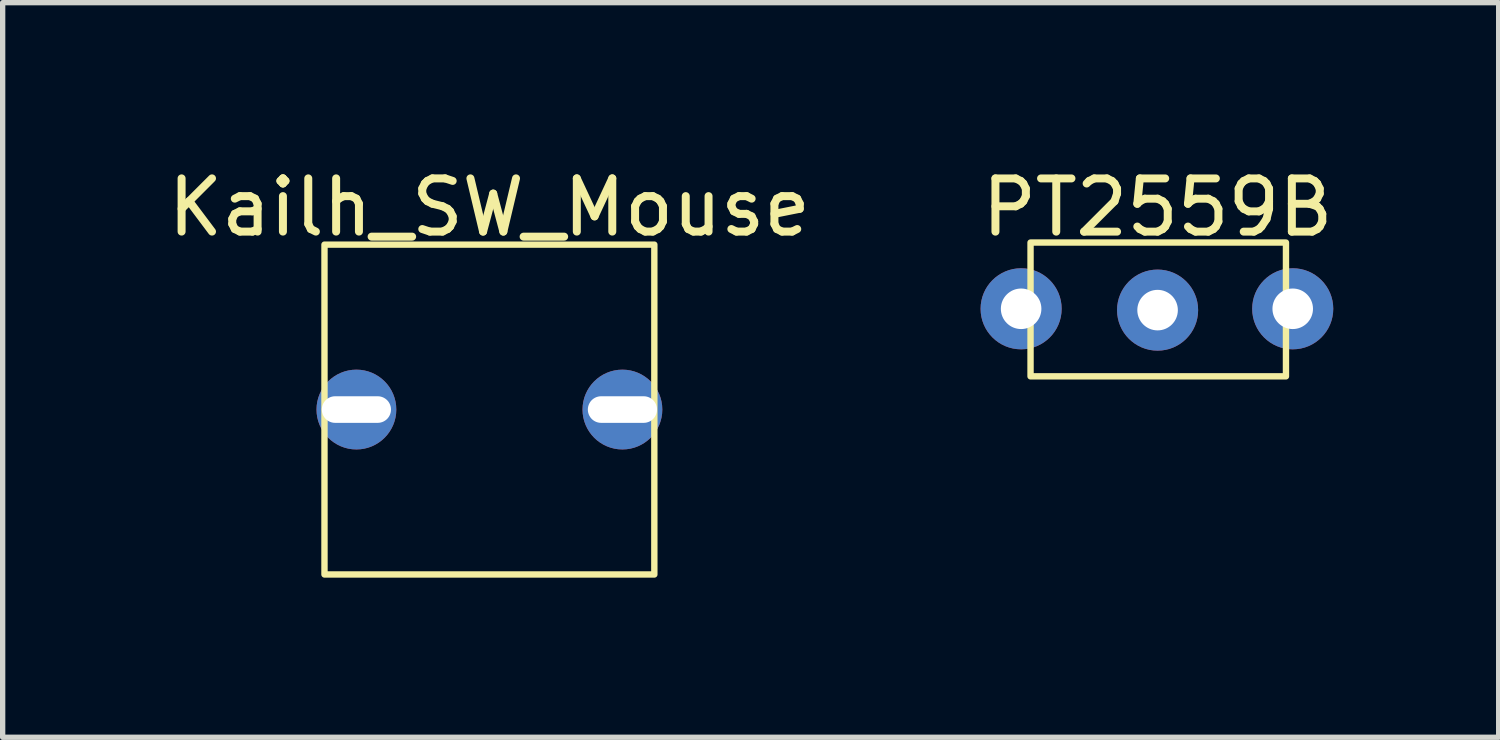
<source format=kicad_pcb>
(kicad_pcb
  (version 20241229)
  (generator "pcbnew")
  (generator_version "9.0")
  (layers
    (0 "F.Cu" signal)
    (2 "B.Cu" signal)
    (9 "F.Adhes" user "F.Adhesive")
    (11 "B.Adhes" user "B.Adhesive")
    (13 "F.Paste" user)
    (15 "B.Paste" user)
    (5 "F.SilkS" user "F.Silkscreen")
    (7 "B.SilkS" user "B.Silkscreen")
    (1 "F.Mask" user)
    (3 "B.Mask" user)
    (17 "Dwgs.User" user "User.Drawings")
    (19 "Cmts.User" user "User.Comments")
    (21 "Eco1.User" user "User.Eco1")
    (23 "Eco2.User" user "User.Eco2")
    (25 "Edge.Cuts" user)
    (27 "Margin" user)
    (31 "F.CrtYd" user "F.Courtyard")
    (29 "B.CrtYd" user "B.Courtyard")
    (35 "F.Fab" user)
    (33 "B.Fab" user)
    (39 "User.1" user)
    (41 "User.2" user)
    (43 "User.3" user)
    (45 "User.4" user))
  (footprint "PT2559B"
    (layer "F.Cu")
    (at 18.708 2.779)
    (property "Reference" "PT2559B" (at 0 -1.93 0) (unlocked yes) (layer "F.SilkS") (effects (font (size 1 1) (thickness 0.15))))
    (attr through_hole)
    (fp_rect (start 2.413 -1.27) (end -2.388 1.245) (stroke (width 0.12) (type solid)) (fill no) (layer "F.SilkS"))
    (pad "1" thru_hole circle (at -2.565 -0.025) (size 1.524 1.524) (drill 0.762) (layers "*.Cu" "*.Mask"))
    (pad "2" thru_hole circle (at 0 0) (size 1.524 1.524) (drill 0.762) (layers "*.Cu" "*.Mask"))
    (pad "3" thru_hole circle (at 2.54 -0.025) (size 1.524 1.524) (drill 0.762) (layers "*.Cu" "*.Mask")))
  (footprint "Kailh_SW_Mouse"
    (layer "F.Cu")
    (at 6.149 4.648)
    (property "Reference" "Kailh_SW_Mouse" (at 0 -3.8 0) (unlocked yes) (layer "F.SilkS") (effects (font (size 1 1) (thickness 0.15))))
    (attr through_hole)
    (fp_rect (start 3.1 -3.1) (end -3.1 3.1) (stroke (width 0.12) (type solid)) (fill no) (layer "F.SilkS"))
    (pad "1" thru_hole circle (at 2.5 0) (size 1.5 1.5) (drill oval 1.3 0.5) (layers "*.Cu" "*.Mask"))
    (pad "2" thru_hole circle (at -2.5 0) (size 1.5 1.5) (drill oval 1.3 0.5) (layers "*.Cu" "*.Mask")))
  (gr_rect
    (start -3 -3)
    (end 25.119 10.808)
    (stroke (width 0.1) (type default))
    (fill no)
    (layer "Edge.Cuts")))
</source>
